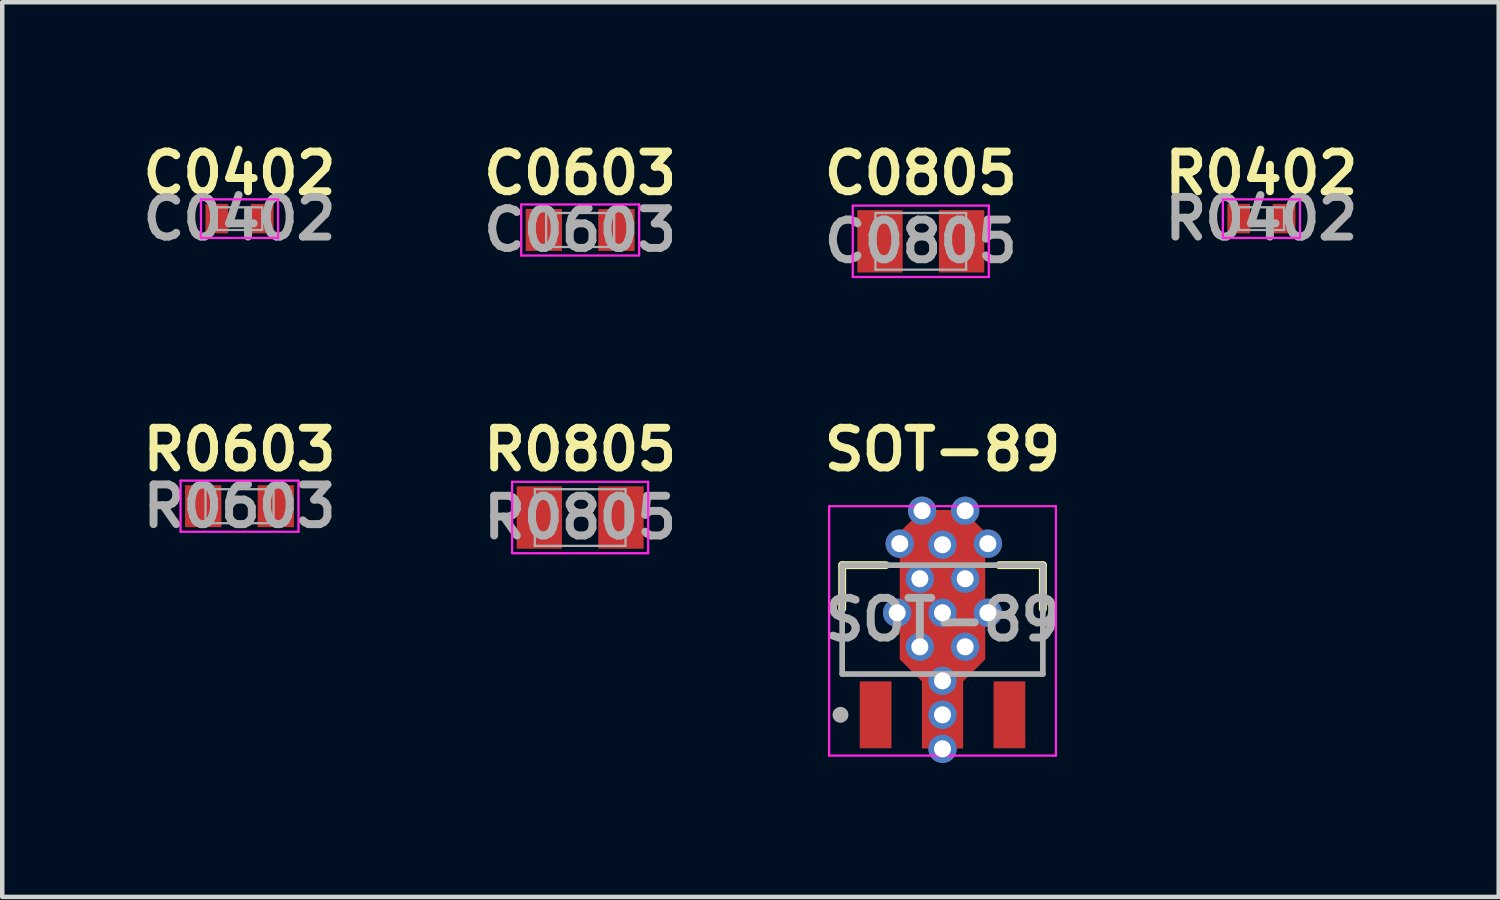
<source format=kicad_pcb>
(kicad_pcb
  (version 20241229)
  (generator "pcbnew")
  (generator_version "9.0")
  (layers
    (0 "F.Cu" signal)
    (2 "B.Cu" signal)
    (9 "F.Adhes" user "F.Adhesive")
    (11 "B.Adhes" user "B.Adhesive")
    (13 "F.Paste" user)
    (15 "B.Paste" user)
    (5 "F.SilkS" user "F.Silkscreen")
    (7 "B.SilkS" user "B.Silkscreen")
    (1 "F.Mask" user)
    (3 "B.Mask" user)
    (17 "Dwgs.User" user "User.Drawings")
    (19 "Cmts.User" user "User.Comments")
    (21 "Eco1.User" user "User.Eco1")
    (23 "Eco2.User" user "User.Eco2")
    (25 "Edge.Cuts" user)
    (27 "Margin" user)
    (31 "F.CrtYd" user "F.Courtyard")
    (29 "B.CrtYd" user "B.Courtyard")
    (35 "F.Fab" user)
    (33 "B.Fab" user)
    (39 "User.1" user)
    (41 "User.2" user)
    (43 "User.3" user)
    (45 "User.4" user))
  (footprint "R0805"
    (layer "F.Cu")
    (at 9.947 8.544)
    (property "Reference" "R0805" (at 0 -1.524 0) (layer "F.SilkS") (effects (font (size 0.889 0.889) (thickness 0.178) (bold yes))))
    (attr smd)
    (fp_line (start -1.524 -0.8) (end -1.524 0.8) (stroke (width 0.051) (type default)) (layer "F.CrtYd"))
    (fp_line (start 1.524 -0.8) (end -1.524 -0.8) (stroke (width 0.051) (type default)) (layer "F.CrtYd"))
    (fp_line (start 1.524 -0.8) (end 1.524 0.8) (stroke (width 0.051) (type default)) (layer "F.CrtYd"))
    (fp_line (start 1.524 0.8) (end -1.524 0.8) (stroke (width 0.051) (type default)) (layer "F.CrtYd"))
    (fp_line (start -1.016 -0.635) (end 1.016 -0.635) (stroke (width 0.051) (type solid)) (layer "F.Fab"))
    (fp_line (start -1.016 0.635) (end -1.016 -0.635) (stroke (width 0.051) (type solid)) (layer "F.Fab"))
    (fp_line (start 1.016 -0.635) (end 1.016 0.635) (stroke (width 0.051) (type solid)) (layer "F.Fab"))
    (fp_line (start 1.016 0.635) (end -1.016 0.635) (stroke (width 0.051) (type solid)) (layer "F.Fab"))
    (fp_text user "${REFERENCE}" (at 0 0 0) (layer "F.Fab") (effects (font (size 0.889 0.889) (thickness 0.178) (bold yes))))
    (pad "1" smd rect (at -0.914 0) (size 1.016 1.397) (layers "F.Cu" "F.Mask" "F.Paste"))
    (pad "2" smd rect (at 0.914 0) (size 1.016 1.397) (layers "F.Cu" "F.Mask" "F.Paste")))
  (footprint "C0805"
    (layer "F.Cu")
    (at 17.578 2.356)
    (property "Reference" "C0805" (at 0 -1.524 0) (layer "F.SilkS") (effects (font (size 0.889 0.889) (thickness 0.178) (bold yes))))
    (attr smd)
    (fp_line (start -1.524 -0.8) (end -1.524 0.8) (stroke (width 0.051) (type default)) (layer "F.CrtYd"))
    (fp_line (start 1.524 -0.8) (end -1.524 -0.8) (stroke (width 0.051) (type default)) (layer "F.CrtYd"))
    (fp_line (start 1.524 -0.8) (end 1.524 0.8) (stroke (width 0.051) (type default)) (layer "F.CrtYd"))
    (fp_line (start 1.524 0.8) (end -1.524 0.8) (stroke (width 0.051) (type default)) (layer "F.CrtYd"))
    (fp_line (start -1.016 -0.635) (end 1.016 -0.635) (stroke (width 0.051) (type solid)) (layer "F.Fab"))
    (fp_line (start -1.016 0.635) (end -1.016 -0.635) (stroke (width 0.051) (type solid)) (layer "F.Fab"))
    (fp_line (start 1.016 -0.635) (end 1.016 0.635) (stroke (width 0.051) (type solid)) (layer "F.Fab"))
    (fp_line (start 1.016 0.635) (end -1.016 0.635) (stroke (width 0.051) (type solid)) (layer "F.Fab"))
    (fp_text user "${REFERENCE}" (at 0 0 0) (layer "F.Fab") (effects (font (size 0.889 0.889) (thickness 0.178) (bold yes))))
    (pad "1" smd rect (at -0.914 0) (size 1.016 1.397) (layers "F.Cu" "F.Mask" "F.Paste"))
    (pad "2" smd rect (at 0.914 0) (size 1.016 1.397) (layers "F.Cu" "F.Mask" "F.Paste")))
  (footprint "R0402"
    (layer "F.Cu")
    (at 25.209 1.848)
    (property "Reference" "R0402" (at 0 -1.016 0) (layer "F.SilkS") (effects (font (size 0.889 0.889) (thickness 0.178) (bold yes))))
    (attr smd)
    (fp_line (start -0.864 -0.432) (end 0.864 -0.432) (stroke (width 0.051) (type solid)) (layer "F.CrtYd"))
    (fp_line (start -0.864 0.432) (end -0.864 -0.432) (stroke (width 0.051) (type solid)) (layer "F.CrtYd"))
    (fp_line (start 0.864 -0.432) (end 0.864 0.432) (stroke (width 0.05) (type solid)) (layer "F.CrtYd"))
    (fp_line (start 0.864 0.432) (end -0.864 0.432) (stroke (width 0.051) (type solid)) (layer "F.CrtYd"))
    (fp_line (start -0.508 -0.254) (end 0.508 -0.254) (stroke (width 0.051) (type solid)) (layer "F.Fab"))
    (fp_line (start -0.508 0.254) (end -0.508 -0.254) (stroke (width 0.051) (type solid)) (layer "F.Fab"))
    (fp_line (start 0.508 -0.254) (end 0.508 0.254) (stroke (width 0.051) (type solid)) (layer "F.Fab"))
    (fp_line (start 0.508 0.254) (end -0.508 0.254) (stroke (width 0.051) (type solid)) (layer "F.Fab"))
    (fp_text user "${REFERENCE}" (at 0 0 0) (layer "F.Fab") (effects (font (size 0.889 0.889) (thickness 0.178) (bold yes))))
    (pad "1" smd rect (at -0.508 0) (size 0.508 0.66) (layers "F.Cu" "F.Mask" "F.Paste"))
    (pad "2" smd rect (at 0.508 0) (size 0.508 0.66) (layers "F.Cu" "F.Mask" "F.Paste")))
  (footprint "R0603"
    (layer "F.Cu")
    (at 2.316 8.29)
    (property "Reference" "R0603" (at 0 -1.27 0) (layer "F.SilkS") (effects (font (size 0.889 0.889) (thickness 0.178))))
    (attr smd)
    (fp_line (start -1.321 -0.572) (end 1.321 -0.572) (stroke (width 0.051) (type solid)) (layer "F.CrtYd"))
    (fp_line (start -1.321 0.572) (end -1.321 -0.572) (stroke (width 0.051) (type solid)) (layer "F.CrtYd"))
    (fp_line (start 1.321 -0.572) (end 1.321 0.572) (stroke (width 0.051) (type solid)) (layer "F.CrtYd"))
    (fp_line (start 1.321 0.572) (end -1.321 0.572) (stroke (width 0.051) (type solid)) (layer "F.CrtYd"))
    (fp_line (start -0.762 -0.381) (end 0.762 -0.381) (stroke (width 0.051) (type solid)) (layer "F.Fab"))
    (fp_line (start -0.762 0.381) (end -0.762 -0.381) (stroke (width 0.051) (type solid)) (layer "F.Fab"))
    (fp_line (start 0.762 -0.381) (end 0.762 0.381) (stroke (width 0.051) (type solid)) (layer "F.Fab"))
    (fp_line (start 0.762 0.381) (end -0.762 0.381) (stroke (width 0.051) (type solid)) (layer "F.Fab"))
    (fp_text user "${REFERENCE}" (at 0 0 0) (layer "F.Fab") (effects (font (size 0.889 0.889) (thickness 0.178))))
    (pad "1" smd rect (at -0.813 0) (size 0.813 0.94) (layers "F.Cu" "F.Mask" "F.Paste"))
    (pad "2" smd rect (at 0.813 0) (size 0.813 0.94) (layers "F.Cu" "F.Mask" "F.Paste")))
  (footprint "C0402"
    (layer "F.Cu")
    (at 2.316 1.848)
    (property "Reference" "C0402" (at 0 -1.016 0) (layer "F.SilkS") (effects (font (size 0.889 0.889) (thickness 0.178) (bold yes))))
    (attr smd)
    (fp_line (start -0.864 -0.432) (end 0.864 -0.432) (stroke (width 0.051) (type solid)) (layer "F.CrtYd"))
    (fp_line (start -0.864 0.432) (end -0.864 -0.432) (stroke (width 0.051) (type solid)) (layer "F.CrtYd"))
    (fp_line (start 0.864 -0.432) (end 0.864 0.432) (stroke (width 0.05) (type solid)) (layer "F.CrtYd"))
    (fp_line (start 0.864 0.432) (end -0.864 0.432) (stroke (width 0.051) (type solid)) (layer "F.CrtYd"))
    (fp_line (start -0.508 -0.254) (end 0.508 -0.254) (stroke (width 0.051) (type solid)) (layer "F.Fab"))
    (fp_line (start -0.508 0.254) (end -0.508 -0.254) (stroke (width 0.051) (type solid)) (layer "F.Fab"))
    (fp_line (start 0.508 -0.254) (end 0.508 0.254) (stroke (width 0.051) (type solid)) (layer "F.Fab"))
    (fp_line (start 0.508 0.254) (end -0.508 0.254) (stroke (width 0.051) (type solid)) (layer "F.Fab"))
    (fp_text user "${REFERENCE}" (at 0 0 0) (layer "F.Fab") (effects (font (size 0.889 0.889) (thickness 0.178) (bold yes))))
    (pad "1" smd rect (at -0.508 0) (size 0.508 0.66) (layers "F.Cu" "F.Mask" "F.Paste"))
    (pad "2" smd rect (at 0.508 0) (size 0.508 0.66) (layers "F.Cu" "F.Mask" "F.Paste")))
  (footprint "SOT-89"
    (layer "F.Cu")
    (at 18.065 12.964)
    (property "Reference" "SOT-89" (at 0 -5.944 0) (layer "F.SilkS") (effects (font (size 0.889 0.889) (thickness 0.178) (bold yes))))
    (attr smd)
    (fp_rect (start -2.54 -0.864) (end 2.54 0.914) (stroke (width 0.051) (type default)) (fill yes) (layer "F.Mask"))
    (fp_poly (pts (xy -0.507 -4.685) (xy 0.507 -4.685) (xy 1.052 -4.139) (xy 1.052 -1.195) (xy 0.557 -0.699) (xy 0.557 0.849) (xy -0.557 0.849) (xy -0.557 -0.699) (xy -1.052 -1.195) (xy -1.052 -4.139)) (stroke (width 0.01) (type solid)) (fill yes) (layer "F.Mask"))
    (fp_rect (start -2.54 -4.928) (end 2.54 0.914) (stroke (width 0.051) (type default)) (fill yes) (layer "B.Mask"))
    (fp_line (start -2.248 -3.353) (end -1.27 -3.353) (stroke (width 0.178) (type solid)) (layer "F.SilkS"))
    (fp_line (start -2.248 -2.375) (end -2.248 -3.353) (stroke (width 0.178) (type solid)) (layer "F.SilkS"))
    (fp_line (start 1.27 -3.353) (end 2.248 -3.353) (stroke (width 0.178) (type solid)) (layer "F.SilkS"))
    (fp_line (start 2.248 -3.353) (end 2.248 -2.375) (stroke (width 0.178) (type solid)) (layer "F.SilkS"))
    (fp_poly (pts (xy -0.457 -4.585) (xy 0.457 -4.585) (xy 0.953 -4.089) (xy 0.953 -1.245) (xy 0.457 -0.749) (xy 0.457 0.749) (xy -0.457 0.749) (xy -0.457 -0.749) (xy -0.953 -1.245) (xy -0.953 -4.089)) (stroke (width 0.01) (type solid)) (fill yes) (layer "F.Paste"))
    (fp_line (start -2.54 -4.674) (end -2.54 0.914) (stroke (width 0.051) (type solid)) (layer "F.CrtYd"))
    (fp_line (start -2.54 0.914) (end 2.54 0.914) (stroke (width 0.051) (type solid)) (layer "F.CrtYd"))
    (fp_line (start 2.54 -4.674) (end -2.54 -4.674) (stroke (width 0.051) (type solid)) (layer "F.CrtYd"))
    (fp_line (start 2.54 0.914) (end 2.54 -4.674) (stroke (width 0.051) (type solid)) (layer "F.CrtYd"))
    (fp_line (start -2.248 -3.353) (end 2.248 -3.353) (stroke (width 0.127) (type solid)) (layer "F.Fab"))
    (fp_line (start -2.248 -0.914) (end -2.248 -3.353) (stroke (width 0.127) (type solid)) (layer "F.Fab"))
    (fp_line (start 2.248 -3.353) (end 2.248 -0.914) (stroke (width 0.127) (type solid)) (layer "F.Fab"))
    (fp_line (start 2.248 -0.914) (end -2.248 -0.914) (stroke (width 0.127) (type solid)) (layer "F.Fab"))
    (fp_circle (center -2.286 0) (end -2.197 0) (stroke (width 0.178) (type solid)) (fill no) (layer "F.Fab"))
    (fp_text user "${REFERENCE}" (at 0 -2.134 0) (unlocked yes) (layer "F.Fab") (effects (font (size 0.889 0.889) (thickness 0.178))))
    (pad "0" thru_hole circle (at -1.016 -2.286) (size 0.635 0.635) (drill 0.381) (property pad_prop_heatsink) (layers "*.Cu"))
    (pad "0" thru_hole circle (at -0.958 -3.835) (size 0.635 0.635) (drill 0.381) (property pad_prop_heatsink) (layers "*.Cu"))
    (pad "0" thru_hole circle (at -0.508 -3.048) (size 0.635 0.635) (drill 0.381) (property pad_prop_heatsink) (layers "*.Cu"))
    (pad "0" thru_hole circle (at -0.508 -1.524) (size 0.635 0.635) (drill 0.381) (property pad_prop_heatsink) (layers "*.Cu"))
    (pad "0" thru_hole circle (at -0.457 -4.572) (size 0.635 0.635) (drill 0.381) (property pad_prop_heatsink) (layers "*.Cu"))
    (pad "0" thru_hole circle (at 0 -3.81) (size 0.635 0.635) (drill 0.381) (property pad_prop_heatsink) (layers "*.Cu"))
    (pad "0" thru_hole circle (at 0 -2.286) (size 0.635 0.635) (drill 0.381) (property pad_prop_heatsink) (layers "*.Cu"))
    (pad "0" smd custom (at 0 -1.918) (size 0.1 0.1) (layers "F.Cu") (options (anchor rect)) (primitives (gr_poly (pts (xy -0.457 -2.667) (xy 0.457 -2.667) (xy 0.953 -2.172) (xy 0.953 0.673) (xy 0.457 1.168) (xy 0.457 2.667) (xy -0.457 2.667) (xy -0.457 1.168) (xy -0.953 0.673) (xy -0.953 -2.172)) (width 0.01) (fill yes))))
    (pad "0" thru_hole circle (at 0 -0.762) (size 0.635 0.635) (drill 0.381) (property pad_prop_heatsink) (layers "*.Cu"))
    (pad "0" thru_hole circle (at 0 0) (size 0.635 0.635) (drill 0.381) (property pad_prop_heatsink) (layers "*.Cu"))
    (pad "0" thru_hole circle (at 0 0.762) (size 0.635 0.635) (drill 0.381) (property pad_prop_heatsink) (layers "*.Cu"))
    (pad "0" thru_hole circle (at 0.508 -4.572) (size 0.635 0.635) (drill 0.381) (property pad_prop_heatsink) (layers "*.Cu"))
    (pad "0" thru_hole circle (at 0.508 -3.048) (size 0.635 0.635) (drill 0.381) (property pad_prop_heatsink) (layers "*.Cu"))
    (pad "0" thru_hole circle (at 0.508 -1.524) (size 0.635 0.635) (drill 0.381) (property pad_prop_heatsink) (layers "*.Cu"))
    (pad "0" thru_hole circle (at 1.016 -3.835) (size 0.635 0.635) (drill 0.381) (property pad_prop_heatsink) (layers "*.Cu"))
    (pad "0" thru_hole circle (at 1.016 -2.286) (size 0.635 0.635) (drill 0.381) (property pad_prop_heatsink) (layers "*.Cu"))
    (pad "1" smd rect (at -1.499 0) (size 0.711 1.499) (layers "F.Cu" "F.Mask" "F.Paste"))
    (pad "3" smd rect (at 1.499 0) (size 0.711 1.499) (layers "F.Cu" "F.Mask" "F.Paste")))
  (footprint "C0603"
    (layer "F.Cu")
    (at 9.947 2.102)
    (property "Reference" "C0603" (at 0 -1.27 0) (layer "F.SilkS") (effects (font (size 0.889 0.889) (thickness 0.178))))
    (attr smd)
    (fp_line (start -1.321 -0.572) (end 1.321 -0.572) (stroke (width 0.051) (type solid)) (layer "F.CrtYd"))
    (fp_line (start -1.321 0.572) (end -1.321 -0.572) (stroke (width 0.051) (type solid)) (layer "F.CrtYd"))
    (fp_line (start 1.321 -0.572) (end 1.321 0.572) (stroke (width 0.051) (type solid)) (layer "F.CrtYd"))
    (fp_line (start 1.321 0.572) (end -1.321 0.572) (stroke (width 0.051) (type solid)) (layer "F.CrtYd"))
    (fp_line (start -0.762 -0.381) (end 0.762 -0.381) (stroke (width 0.051) (type solid)) (layer "F.Fab"))
    (fp_line (start -0.762 0.381) (end -0.762 -0.381) (stroke (width 0.051) (type solid)) (layer "F.Fab"))
    (fp_line (start 0.762 -0.381) (end 0.762 0.381) (stroke (width 0.051) (type solid)) (layer "F.Fab"))
    (fp_line (start 0.762 0.381) (end -0.762 0.381) (stroke (width 0.051) (type solid)) (layer "F.Fab"))
    (fp_text user "${REFERENCE}" (at 0 0 0) (layer "F.Fab") (effects (font (size 0.889 0.889) (thickness 0.178))))
    (pad "1" smd rect (at -0.813 0) (size 0.813 0.94) (layers "F.Cu" "F.Mask" "F.Paste"))
    (pad "2" smd rect (at 0.813 0) (size 0.813 0.94) (layers "F.Cu" "F.Mask" "F.Paste")))
  (gr_rect
    (start -3 -3)
    (end 30.525 17.043)
    (stroke (width 0.1) (type default))
    (fill no)
    (layer "Edge.Cuts")))
</source>
